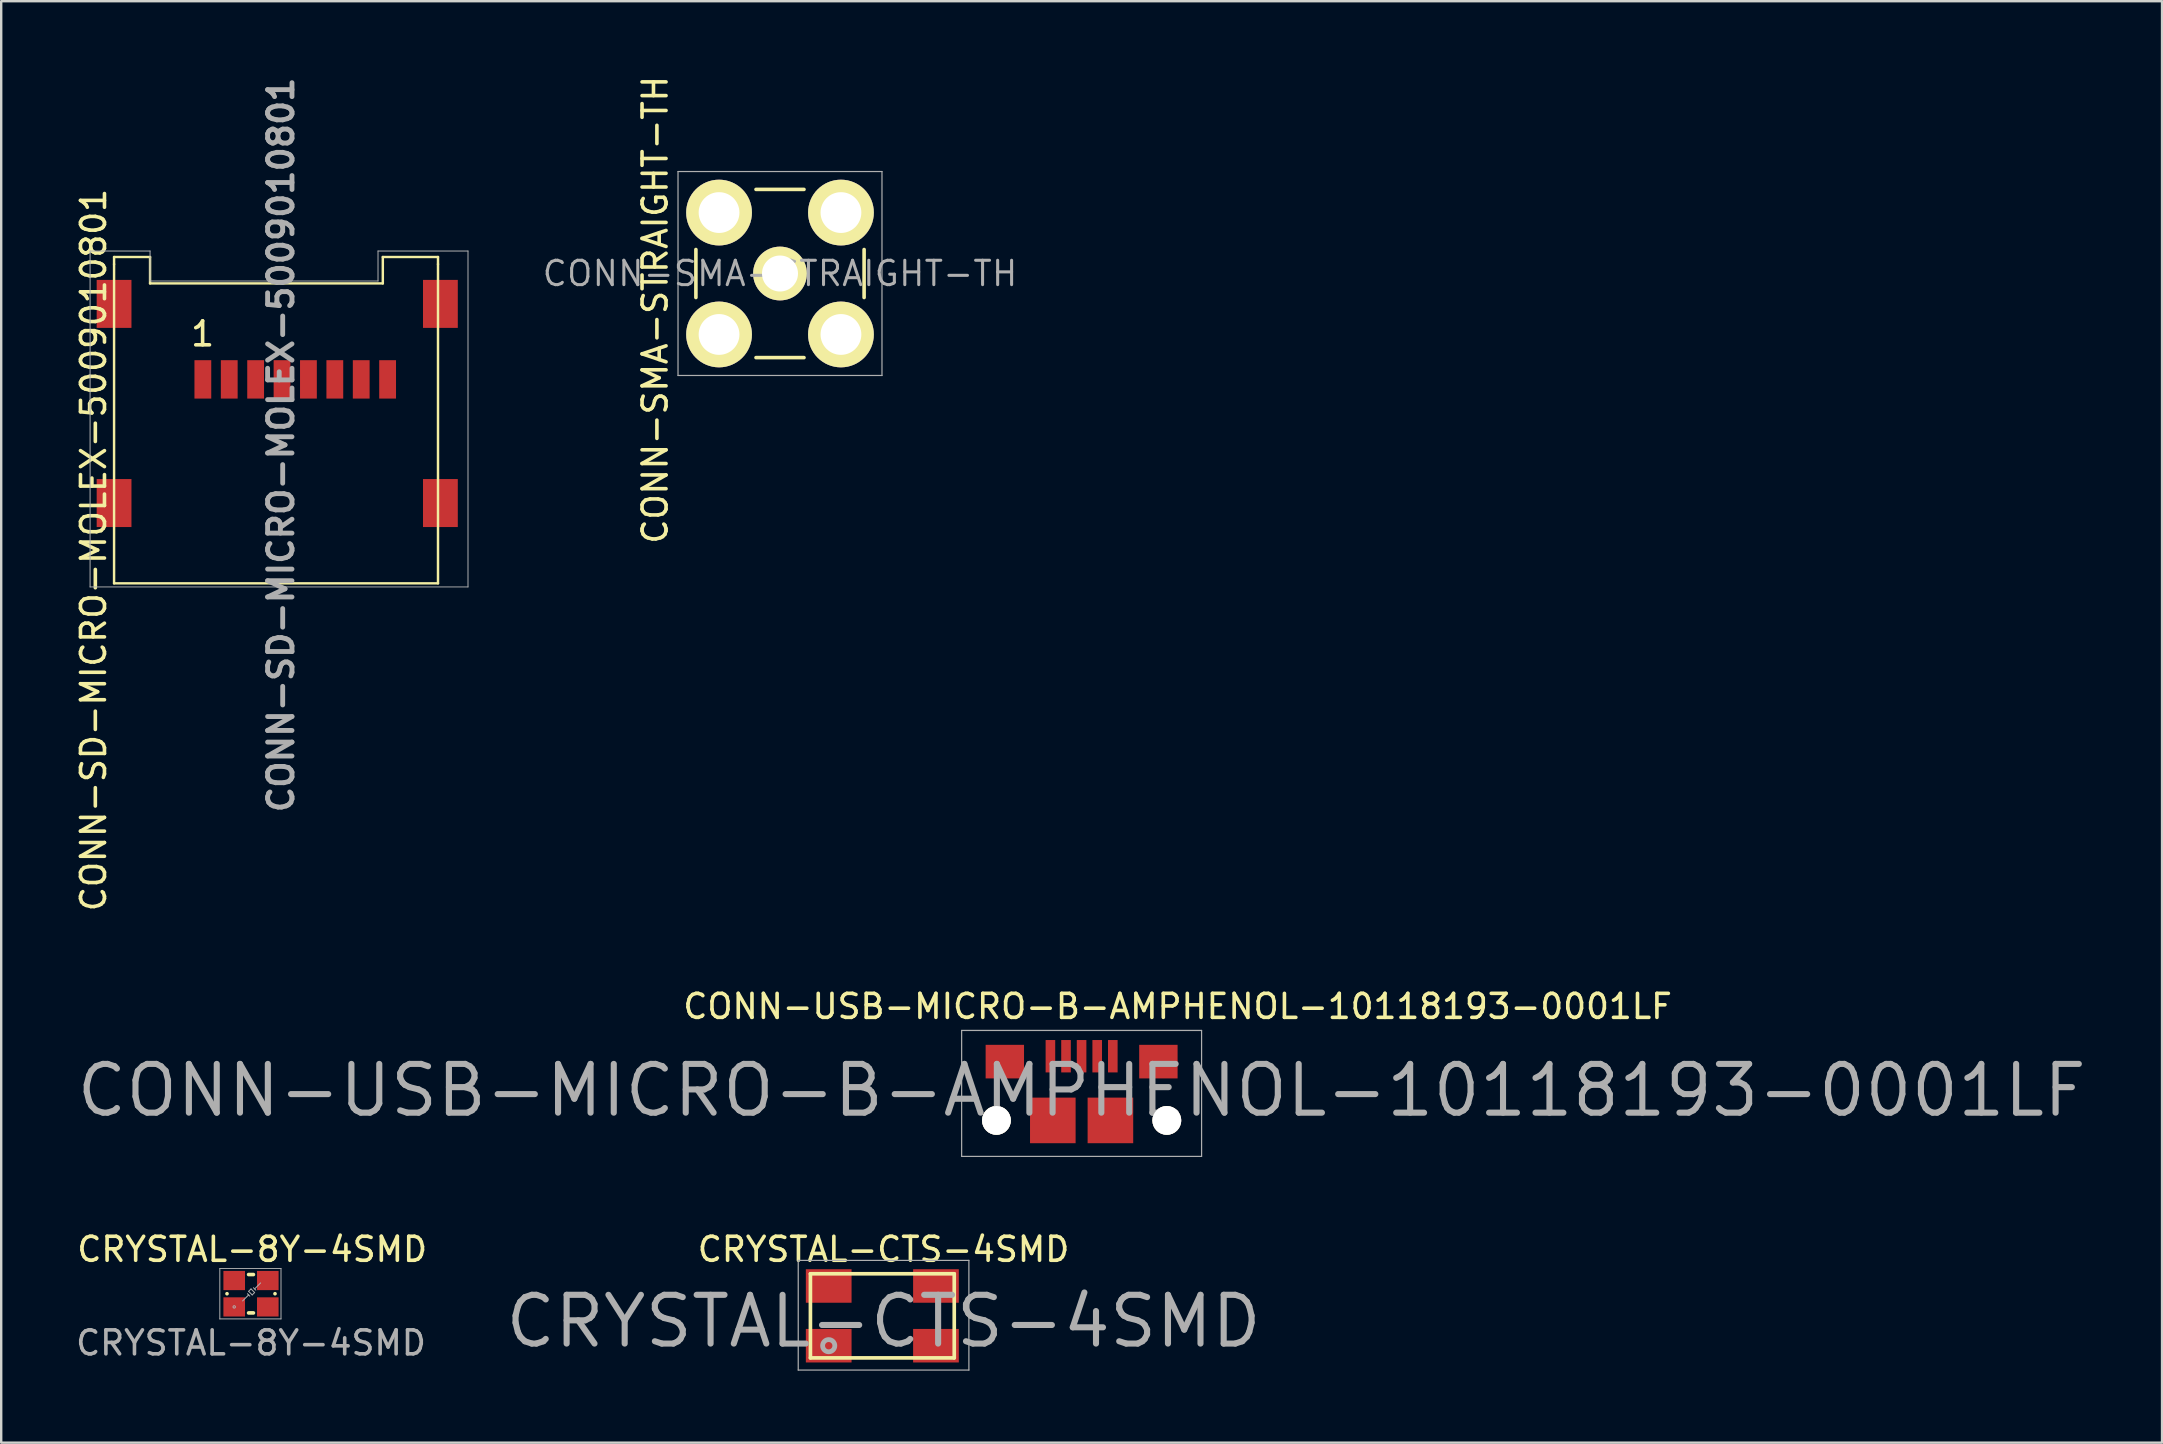
<source format=kicad_pcb>
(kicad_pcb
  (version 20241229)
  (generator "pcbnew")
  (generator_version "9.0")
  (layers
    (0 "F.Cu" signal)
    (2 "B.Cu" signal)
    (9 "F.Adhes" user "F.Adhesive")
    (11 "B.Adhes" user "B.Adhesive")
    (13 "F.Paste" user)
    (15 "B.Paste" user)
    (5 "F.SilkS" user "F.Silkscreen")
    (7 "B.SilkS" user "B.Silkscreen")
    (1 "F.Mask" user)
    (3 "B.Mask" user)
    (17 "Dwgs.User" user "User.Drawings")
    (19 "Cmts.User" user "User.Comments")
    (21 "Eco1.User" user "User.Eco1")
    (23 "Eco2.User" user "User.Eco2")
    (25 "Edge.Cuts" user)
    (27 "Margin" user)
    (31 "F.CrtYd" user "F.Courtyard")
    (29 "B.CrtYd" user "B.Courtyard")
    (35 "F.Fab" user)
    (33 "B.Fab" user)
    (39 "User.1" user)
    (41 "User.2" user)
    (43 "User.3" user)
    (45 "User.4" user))
  (footprint "CONN-SD-MICRO-MOLEX-5009010801"
    (layer "F.Cu")
    (at 9.204 17.661)
    (property "Reference" "CONN-SD-MICRO-MOLEX-5009010801" (at -0.545 -2.17 90) (layer "F.Fab") (effects (font (size 1.016 1.016) (thickness 0.203))))
    (attr smd)
    (fp_line (start -7.5 -10) (end -6 -10) (stroke (width 0.102) (type solid)) (layer "F.SilkS"))
    (fp_line (start -7.5 -9.7) (end -7.5 -10) (stroke (width 0.102) (type solid)) (layer "F.SilkS"))
    (fp_line (start -7.5 3.6) (end -7.5 -9.7) (stroke (width 0.102) (type solid)) (layer "F.SilkS"))
    (fp_line (start -7.5 3.6) (end 6 3.6) (stroke (width 0.102) (type solid)) (layer "F.SilkS"))
    (fp_line (start -6 -10) (end -6 -8.9) (stroke (width 0.102) (type solid)) (layer "F.SilkS"))
    (fp_line (start -6 -8.9) (end 3.7 -8.9) (stroke (width 0.102) (type solid)) (layer "F.SilkS"))
    (fp_line (start 3.7 -10) (end 6 -10) (stroke (width 0.102) (type solid)) (layer "F.SilkS"))
    (fp_line (start 3.7 -8.9) (end 3.7 -10) (stroke (width 0.102) (type solid)) (layer "F.SilkS"))
    (fp_line (start 6 -10) (end 6 -9.7) (stroke (width 0.102) (type solid)) (layer "F.SilkS"))
    (fp_line (start 6 3.6) (end 6 -9.7) (stroke (width 0.102) (type solid)) (layer "F.SilkS"))
    (fp_line (start -8.5 -10.25) (end -8.5 3.75) (stroke (width 0.041) (type solid)) (layer "F.Fab"))
    (fp_line (start -8.5 3.75) (end 7.25 3.75) (stroke (width 0.041) (type solid)) (layer "F.Fab"))
    (fp_line (start -6 -10.25) (end -8.5 -10.25) (stroke (width 0.041) (type solid)) (layer "F.Fab"))
    (fp_line (start -6 -9) (end -6 -10.25) (stroke (width 0.041) (type solid)) (layer "F.Fab"))
    (fp_line (start 3.5 -10.25) (end 3.5 -9) (stroke (width 0.041) (type solid)) (layer "F.Fab"))
    (fp_line (start 3.5 -9) (end -6 -9) (stroke (width 0.041) (type solid)) (layer "F.Fab"))
    (fp_line (start 7.25 -10.25) (end 3.5 -10.25) (stroke (width 0.041) (type solid)) (layer "F.Fab"))
    (fp_line (start 7.25 3.75) (end 7.25 -10.25) (stroke (width 0.041) (type solid)) (layer "F.Fab"))
    (fp_text user "${REFERENCE}" (at -8.355 2.212 90) (layer "F.SilkS") (effects (font (size 1 1) (thickness 0.15))))
    (fp_text user "1" (at -3.81 -6.795 0) (layer "F.SilkS") (effects (font (size 1 1) (thickness 0.15))))
    (pad "1" smd rect (at -3.8 -4.9) (size 0.7 1.6) (layers "F.Cu" "F.Mask" "F.Paste"))
    (pad "2" smd rect (at -2.7 -4.9) (size 0.7 1.6) (layers "F.Cu" "F.Mask" "F.Paste"))
    (pad "3" smd rect (at -1.6 -4.9) (size 0.7 1.6) (layers "F.Cu" "F.Mask" "F.Paste"))
    (pad "4" smd rect (at -0.5 -4.9) (size 0.7 1.6) (layers "F.Cu" "F.Mask" "F.Paste"))
    (pad "5" smd rect (at 0.6 -4.9) (size 0.7 1.6) (layers "F.Cu" "F.Mask" "F.Paste"))
    (pad "6" smd rect (at -7.5 -8.046) (size 1.45 2) (layers "F.Cu" "F.Mask" "F.Paste"))
    (pad "6" smd rect (at -7.5 0.254) (size 1.45 2) (layers "F.Cu" "F.Mask" "F.Paste"))
    (pad "6" smd rect (at 1.7 -4.9) (size 0.7 1.6) (layers "F.Cu" "F.Mask" "F.Paste"))
    (pad "6" smd rect (at 6.1 -8.046) (size 1.45 2) (layers "F.Cu" "F.Mask" "F.Paste"))
    (pad "6" smd rect (at 6.1 0.254) (size 1.45 2) (layers "F.Cu" "F.Mask" "F.Paste"))
    (pad "7" smd rect (at 2.8 -4.9) (size 0.7 1.6) (layers "F.Cu" "F.Mask" "F.Paste"))
    (pad "8" smd rect (at 3.9 -4.9) (size 0.7 1.6) (layers "F.Cu" "F.Mask" "F.Paste")))
  (footprint "CONN-SMA-STRAIGHT-TH"
    (layer "F.Cu")
    (at 29.457 8.349)
    (property "Reference" "CONN-SMA-STRAIGHT-TH" (at 0 0 0) (layer "F.Fab") (effects (font (size 1.016 1.016) (thickness 0.127))))
    (attr smd)
    (fp_line (start -3.505 1) (end -3.505 -1) (stroke (width 0.15) (type solid)) (layer "F.SilkS"))
    (fp_line (start -1 -3.505) (end 1 -3.505) (stroke (width 0.15) (type solid)) (layer "F.SilkS"))
    (fp_line (start 1 3.505) (end -1 3.505) (stroke (width 0.15) (type solid)) (layer "F.SilkS"))
    (fp_line (start 3.505 -1) (end 3.505 1) (stroke (width 0.15) (type solid)) (layer "F.SilkS"))
    (fp_line (start -4.25 -4.25) (end 4.25 -4.25) (stroke (width 0.05) (type solid)) (layer "F.Fab"))
    (fp_line (start -4.25 4.25) (end -4.25 -4.25) (stroke (width 0.05) (type solid)) (layer "F.Fab"))
    (fp_line (start 4.25 -4.25) (end 4.25 4.25) (stroke (width 0.05) (type solid)) (layer "F.Fab"))
    (fp_line (start 4.25 4.25) (end -4.25 4.25) (stroke (width 0.05) (type solid)) (layer "F.Fab"))
    (fp_text user "${REFERENCE}" (at -5.204 1.514 90) (layer "F.SilkS") (effects (font (size 1 1) (thickness 0.15))))
    (pad "1" thru_hole circle (at 0 0) (size 2.24 2.24) (drill 1.5) (layers "*.Cu" "*.Mask" "F.SilkS"))
    (pad "2" thru_hole circle (at -2.54 -2.54) (size 2.74 2.74) (drill 1.7) (layers "*.Cu" "*.Mask" "F.SilkS"))
    (pad "2" thru_hole circle (at -2.54 2.54) (size 2.74 2.74) (drill 1.7) (layers "*.Cu" "*.Mask" "F.SilkS"))
    (pad "2" thru_hole circle (at 2.54 -2.54) (size 2.74 2.74) (drill 1.7) (layers "*.Cu" "*.Mask" "F.SilkS"))
    (pad "2" thru_hole circle (at 2.54 2.54) (size 2.74 2.74) (drill 1.7) (layers "*.Cu" "*.Mask" "F.SilkS")))
  (footprint "CONN-USB-MICRO-B-AMPHENOL-10118193-0001LF"
    (layer "F.Cu")
    (at 42.027 43.644)
    (property "Reference" "CONN-USB-MICRO-B-AMPHENOL-10118193-0001LF" (at 0 -1.25 0) (layer "F.Fab") (effects (font (size 2.032 2.032) (thickness 0.254))))
    (attr smd)
    (fp_line (start -5 -3.75) (end 5 -3.75) (stroke (width 0.05) (type solid)) (layer "F.Fab"))
    (fp_line (start -5 1.5) (end -5 -3.75) (stroke (width 0.05) (type solid)) (layer "F.Fab"))
    (fp_line (start 5 -3.75) (end 5 1.5) (stroke (width 0.05) (type solid)) (layer "F.Fab"))
    (fp_line (start 5 1.5) (end -5 1.5) (stroke (width 0.05) (type solid)) (layer "F.Fab"))
    (fp_text user "${REFERENCE}" (at 4 -4.75 0) (layer "F.SilkS") (effects (font (size 1 1) (thickness 0.15))))
    (pad "1" smd rect (at -1.3 -2.675 90) (size 1.35 0.4) (layers "F.Cu" "F.Mask" "F.Paste"))
    (pad "2" smd rect (at -0.65 -2.675 90) (size 1.35 0.4) (layers "F.Cu" "F.Mask" "F.Paste"))
    (pad "3" smd rect (at -0.001 -2.675 90) (size 1.35 0.4) (layers "F.Cu" "F.Mask" "F.Paste"))
    (pad "4" smd rect (at 0.65 -2.675 90) (size 1.35 0.4) (layers "F.Cu" "F.Mask" "F.Paste"))
    (pad "5" smd rect (at 1.3 -2.675 90) (size 1.35 0.4) (layers "F.Cu" "F.Mask" "F.Paste"))
    (pad "6" thru_hole circle (at -3.55 0 90) (size 1.2 1.2) (drill 1.2) (layers "*.Cu" "*.Mask" "F.SilkS"))
    (pad "6" smd rect (at -3.2 -2.45 90) (size 1.4 1.6) (layers "F.Cu" "F.Mask" "F.Paste"))
    (pad "6" smd rect (at -1.2 0 90) (size 1.9 1.9) (layers "F.Cu" "F.Mask" "F.Paste"))
    (pad "6" smd rect (at 1.2 0 90) (size 1.9 1.9) (layers "F.Cu" "F.Mask" "F.Paste"))
    (pad "6" smd rect (at 3.2 -2.45 90) (size 1.4 1.6) (layers "F.Cu" "F.Mask" "F.Paste"))
    (pad "6" thru_hole circle (at 3.55 0 90) (size 1.2 1.2) (drill 1.2) (layers "*.Cu" "*.Mask" "F.SilkS")))
  (footprint "CRYSTAL-CTS-4SMD"
    (layer "F.Cu")
    (at 33.773 52.017)
    (property "Reference" "CRYSTAL-CTS-4SMD" (at 0 0 0) (layer "F.Fab") (effects (font (size 2.032 2.032) (thickness 0.254))))
    (attr smd)
    (fp_line (start -3.048 -1.981) (end 2.946 -1.981) (stroke (width 0.152) (type solid)) (layer "F.SilkS"))
    (fp_line (start -3.048 1.524) (end -3.048 -1.981) (stroke (width 0.152) (type solid)) (layer "F.SilkS"))
    (fp_line (start -3.048 1.524) (end 2.946 1.524) (stroke (width 0.152) (type solid)) (layer "F.SilkS"))
    (fp_line (start 2.946 1.524) (end 2.946 -1.981) (stroke (width 0.152) (type solid)) (layer "F.SilkS"))
    (fp_line (start -3.556 -2.54) (end 3.556 -2.54) (stroke (width 0.05) (type solid)) (layer "F.Fab"))
    (fp_line (start -3.556 2.032) (end -3.556 -2.54) (stroke (width 0.05) (type solid)) (layer "F.Fab"))
    (fp_line (start 3.556 -2.54) (end 3.556 2.032) (stroke (width 0.05) (type solid)) (layer "F.Fab"))
    (fp_line (start 3.556 2.032) (end -3.556 2.032) (stroke (width 0.05) (type solid)) (layer "F.Fab"))
    (fp_circle (center -2.286 1.016) (end -2.032 1.016) (stroke (width 0.2) (type solid)) (fill no) (layer "F.Fab"))
    (fp_text user "${REFERENCE}" (at 0 -3 0) (layer "F.SilkS") (effects (font (size 1 1) (thickness 0.15))))
    (pad "1" smd rect (at -2.286 1.016) (size 1.905 1.397) (layers "F.Cu" "F.Mask" "F.Paste"))
    (pad "2" smd rect (at 2.184 1.016) (size 1.905 1.397) (layers "F.Cu" "F.Mask" "F.Paste"))
    (pad "3" smd rect (at 2.184 -1.473) (size 1.905 1.397) (layers "F.Cu" "F.Mask" "F.Paste"))
    (pad "4" smd rect (at -2.286 -1.473) (size 1.905 1.397) (layers "F.Cu" "F.Mask" "F.Paste")))
  (footprint "CRYSTAL-8Y-4SMD"
    (layer "F.Cu")
    (at 7.411 50.867)
    (property "Reference" "CRYSTAL-8Y-4SMD" (at 0 2.05 0) (layer "F.Fab") (effects (font (size 1 1) (thickness 0.15))))
    (attr smd)
    (fp_line (start -1 0) (end -1 0) (stroke (width 0.152) (type solid)) (layer "F.SilkS"))
    (fp_line (start -0.1 -0.8) (end 0.1 -0.8) (stroke (width 0.152) (type solid)) (layer "F.SilkS"))
    (fp_line (start 0.1 0.8) (end -0.1 0.8) (stroke (width 0.152) (type solid)) (layer "F.SilkS"))
    (fp_line (start 1 0) (end 1 0) (stroke (width 0.152) (type solid)) (layer "F.SilkS"))
    (fp_line (start -1.3 -1.05) (end -1.3 1.05) (stroke (width 0.041) (type solid)) (layer "F.Fab"))
    (fp_line (start -1.3 1.05) (end 1.25 1.05) (stroke (width 0.041) (type solid)) (layer "F.Fab"))
    (fp_line (start -0.35 0.3) (end -0.1 0.05) (stroke (width 0.041) (type solid)) (layer "F.Fab"))
    (fp_line (start -0.1 -0.1) (end 0.05 0.05) (stroke (width 0.041) (type solid)) (layer "F.Fab"))
    (fp_line (start -0.1 0.05) (end -0.15 0) (stroke (width 0.041) (type solid)) (layer "F.Fab"))
    (fp_line (start -0.1 0.05) (end -0.05 0.1) (stroke (width 0.041) (type solid)) (layer "F.Fab"))
    (fp_line (start 0 -0.2) (end -0.1 -0.1) (stroke (width 0.041) (type solid)) (layer "F.Fab"))
    (fp_line (start 0.05 0.05) (end 0.15 -0.05) (stroke (width 0.041) (type solid)) (layer "F.Fab"))
    (fp_line (start 0.1 -0.25) (end 0.2 -0.15) (stroke (width 0.041) (type solid)) (layer "F.Fab"))
    (fp_line (start 0.15 -0.2) (end 0.4 -0.45) (stroke (width 0.041) (type solid)) (layer "F.Fab"))
    (fp_line (start 0.15 -0.05) (end 0 -0.2) (stroke (width 0.041) (type solid)) (layer "F.Fab"))
    (fp_line (start 1.25 -1.05) (end -1.3 -1.05) (stroke (width 0.041) (type solid)) (layer "F.Fab"))
    (fp_line (start 1.25 1.05) (end 1.25 -1.05) (stroke (width 0.041) (type solid)) (layer "F.Fab"))
    (fp_circle (center -0.7 0.55) (end -0.65 0.55) (stroke (width 0.041) (type solid)) (fill no) (layer "F.Fab"))
    (fp_text user "${REFERENCE}" (at 0.05 -1.85 0) (layer "F.SilkS") (effects (font (size 1 1) (thickness 0.15))))
    (pad "1" smd rect (at -0.7 0.55) (size 0.9 0.8) (layers "F.Cu" "F.Mask" "F.Paste"))
    (pad "2" smd rect (at 0.7 0.55) (size 0.9 0.8) (layers "F.Cu" "F.Mask" "F.Paste"))
    (pad "3" smd rect (at 0.7 -0.55) (size 0.9 0.8) (layers "F.Cu" "F.Mask" "F.Paste"))
    (pad "4" smd rect (at -0.7 -0.55) (size 0.9 0.8) (layers "F.Cu" "F.Mask" "F.Paste")))
  (gr_rect
    (start -3 -3)
    (end 87.055 57.074)
    (stroke (width 0.1) (type default))
    (fill no)
    (layer "Edge.Cuts")))
</source>
